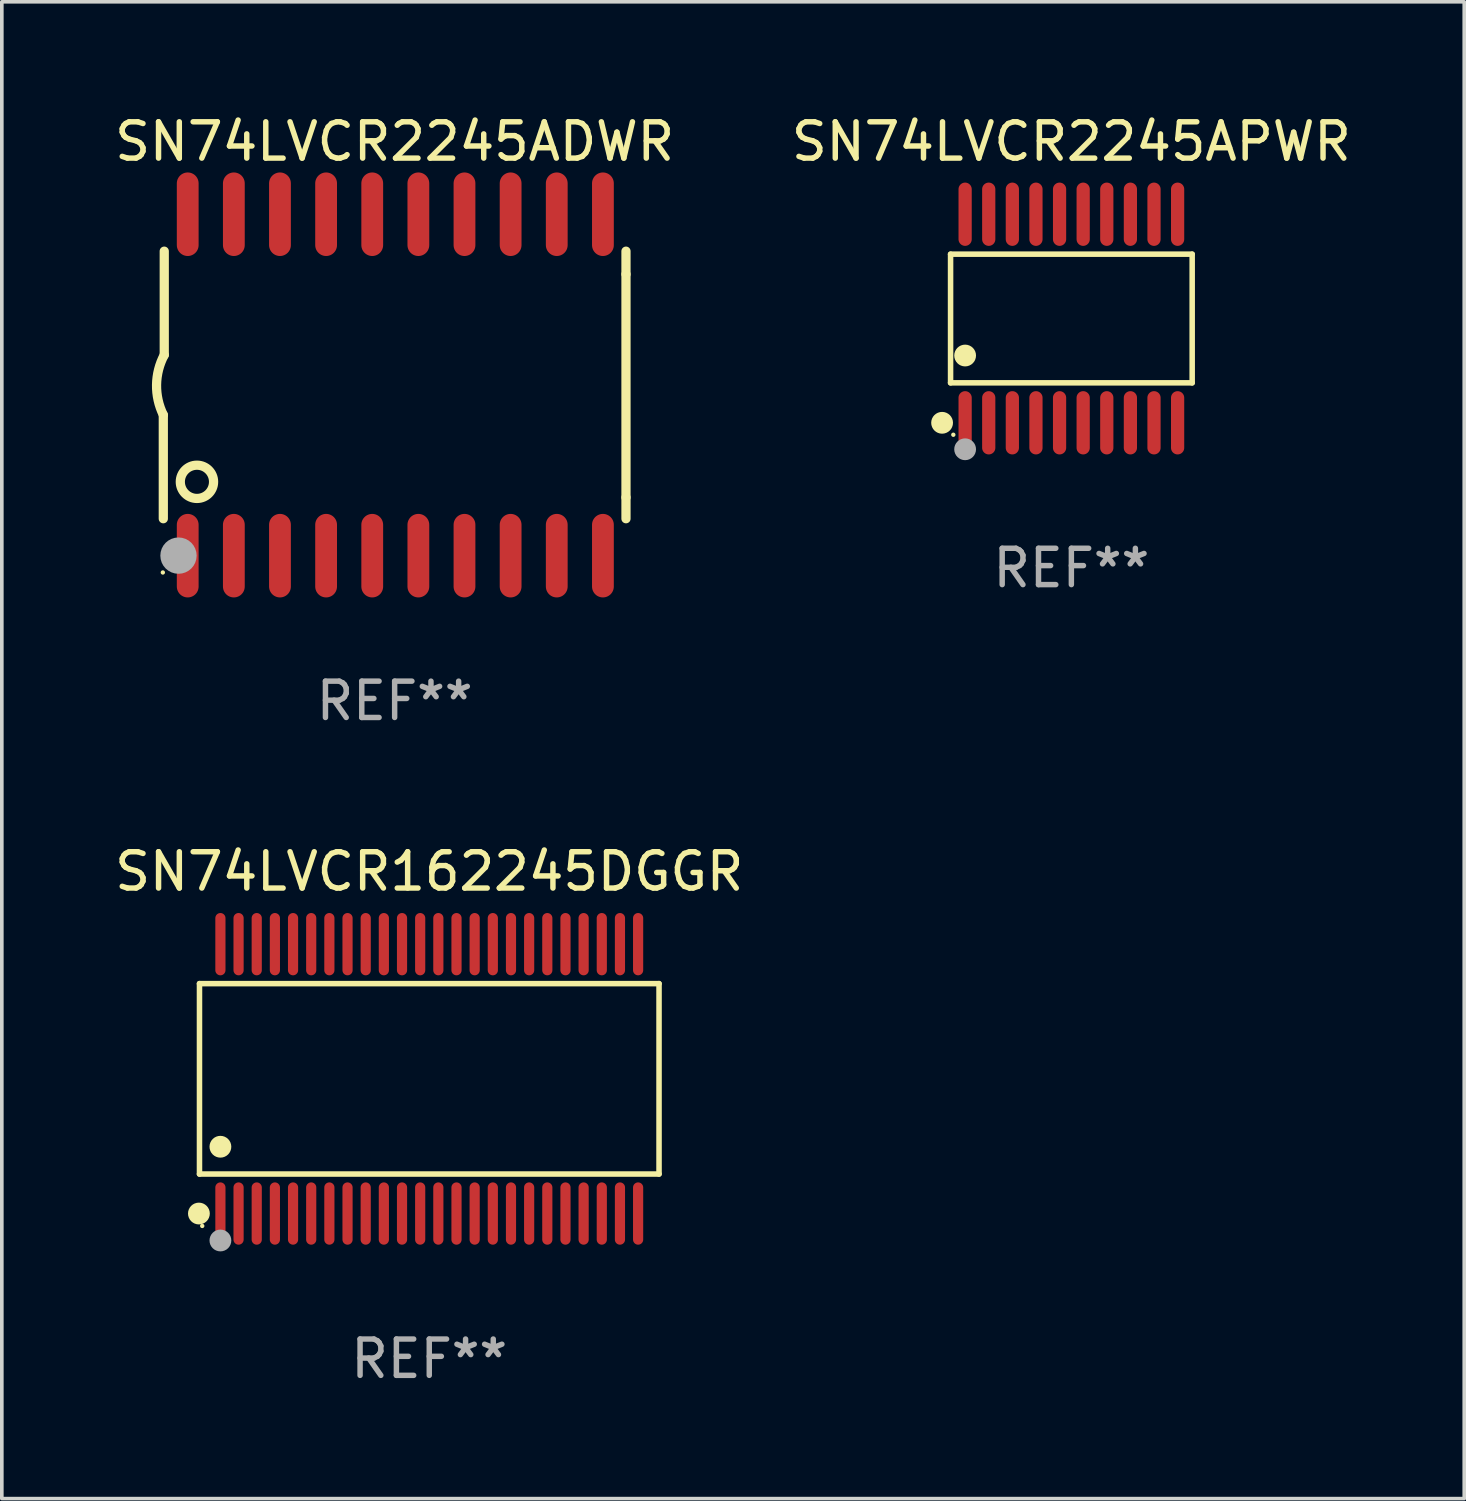
<source format=kicad_pcb>
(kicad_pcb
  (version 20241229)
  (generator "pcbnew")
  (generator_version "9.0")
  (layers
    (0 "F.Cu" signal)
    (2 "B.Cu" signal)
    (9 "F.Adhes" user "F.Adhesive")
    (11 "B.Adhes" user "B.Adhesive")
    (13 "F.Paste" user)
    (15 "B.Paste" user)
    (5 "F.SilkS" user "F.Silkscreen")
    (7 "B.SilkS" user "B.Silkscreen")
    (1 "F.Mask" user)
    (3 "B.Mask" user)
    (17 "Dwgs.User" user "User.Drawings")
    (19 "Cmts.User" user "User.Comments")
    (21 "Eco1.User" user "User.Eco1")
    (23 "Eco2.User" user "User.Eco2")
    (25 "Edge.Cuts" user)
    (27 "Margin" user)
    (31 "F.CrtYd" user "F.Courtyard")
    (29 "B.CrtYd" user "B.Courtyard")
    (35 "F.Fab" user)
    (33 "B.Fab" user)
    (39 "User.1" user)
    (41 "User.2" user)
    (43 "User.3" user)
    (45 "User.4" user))
  (footprint "SN74LVCR162245DGGR"
    (layer "F.Cu")
    (at 8.768 26.652)
    (property "Reference" "SN74LVCR162245DGGR" (at 0 -5.708 0) (layer "F.SilkS") (effects (font (size 1 1) (thickness 0.15))))
    (attr through_hole)
    (fp_line (start -6.326 -2.622) (end 6.326 -2.622) (stroke (width 0.152) (type solid)) (layer "F.SilkS"))
    (fp_line (start -6.326 2.621) (end -6.326 -2.622) (stroke (width 0.152) (type solid)) (layer "F.SilkS"))
    (fp_line (start 6.326 -2.622) (end 6.326 2.621) (stroke (width 0.152) (type solid)) (layer "F.SilkS"))
    (fp_line (start 6.326 2.621) (end -6.326 2.621) (stroke (width 0.152) (type solid)) (layer "F.SilkS"))
    (fp_circle (center -6.342 3.708) (end -6.192 3.708) (stroke (width 0.3) (type solid)) (fill no) (layer "F.SilkS"))
    (fp_circle (center -6.25 4.05) (end -6.22 4.05) (stroke (width 0.06) (type solid)) (fill no) (layer "F.SilkS"))
    (fp_circle (center -5.75 1.869) (end -5.6 1.869) (stroke (width 0.3) (type solid)) (fill no) (layer "F.SilkS"))
    (fp_circle (center -5.75 4.45) (end -5.6 4.45) (stroke (width 0.3) (type solid)) (fill no) (layer "F.Fab"))
    (fp_text user "REF**" (at 0 7.708 0) (layer "F.Fab") (effects (font (size 1 1) (thickness 0.15))))
    (pad "1" smd oval (at -5.75 3.708) (size 0.28 1.715) (layers "F.Cu" "F.Mask" "F.Paste"))
    (pad "2" smd oval (at -5.25 3.708) (size 0.28 1.715) (layers "F.Cu" "F.Mask" "F.Paste"))
    (pad "3" smd oval (at -4.75 3.708) (size 0.28 1.715) (layers "F.Cu" "F.Mask" "F.Paste"))
    (pad "4" smd oval (at -4.25 3.708) (size 0.28 1.715) (layers "F.Cu" "F.Mask" "F.Paste"))
    (pad "5" smd oval (at -3.75 3.708) (size 0.28 1.715) (layers "F.Cu" "F.Mask" "F.Paste"))
    (pad "6" smd oval (at -3.25 3.708) (size 0.28 1.715) (layers "F.Cu" "F.Mask" "F.Paste"))
    (pad "7" smd oval (at -2.75 3.708) (size 0.28 1.715) (layers "F.Cu" "F.Mask" "F.Paste"))
    (pad "8" smd oval (at -2.25 3.708) (size 0.28 1.715) (layers "F.Cu" "F.Mask" "F.Paste"))
    (pad "9" smd oval (at -1.75 3.708) (size 0.28 1.715) (layers "F.Cu" "F.Mask" "F.Paste"))
    (pad "10" smd oval (at -1.25 3.708) (size 0.28 1.715) (layers "F.Cu" "F.Mask" "F.Paste"))
    (pad "11" smd oval (at -0.75 3.708) (size 0.28 1.715) (layers "F.Cu" "F.Mask" "F.Paste"))
    (pad "12" smd oval (at -0.25 3.708) (size 0.28 1.715) (layers "F.Cu" "F.Mask" "F.Paste"))
    (pad "13" smd oval (at 0.25 3.708) (size 0.28 1.715) (layers "F.Cu" "F.Mask" "F.Paste"))
    (pad "14" smd oval (at 0.75 3.708) (size 0.28 1.715) (layers "F.Cu" "F.Mask" "F.Paste"))
    (pad "15" smd oval (at 1.25 3.708) (size 0.28 1.715) (layers "F.Cu" "F.Mask" "F.Paste"))
    (pad "16" smd oval (at 1.75 3.708) (size 0.28 1.715) (layers "F.Cu" "F.Mask" "F.Paste"))
    (pad "17" smd oval (at 2.25 3.708) (size 0.28 1.715) (layers "F.Cu" "F.Mask" "F.Paste"))
    (pad "18" smd oval (at 2.75 3.708) (size 0.28 1.715) (layers "F.Cu" "F.Mask" "F.Paste"))
    (pad "19" smd oval (at 3.25 3.708) (size 0.28 1.715) (layers "F.Cu" "F.Mask" "F.Paste"))
    (pad "20" smd oval (at 3.75 3.708) (size 0.28 1.715) (layers "F.Cu" "F.Mask" "F.Paste"))
    (pad "21" smd oval (at 4.25 3.708) (size 0.28 1.715) (layers "F.Cu" "F.Mask" "F.Paste"))
    (pad "22" smd oval (at 4.75 3.708) (size 0.28 1.715) (layers "F.Cu" "F.Mask" "F.Paste"))
    (pad "23" smd oval (at 5.25 3.708) (size 0.28 1.715) (layers "F.Cu" "F.Mask" "F.Paste"))
    (pad "24" smd oval (at 5.75 3.708) (size 0.28 1.715) (layers "F.Cu" "F.Mask" "F.Paste"))
    (pad "25" smd oval (at 5.75 -3.708) (size 0.28 1.715) (layers "F.Cu" "F.Mask" "F.Paste"))
    (pad "26" smd oval (at 5.25 -3.708) (size 0.28 1.715) (layers "F.Cu" "F.Mask" "F.Paste"))
    (pad "27" smd oval (at 4.75 -3.708) (size 0.28 1.715) (layers "F.Cu" "F.Mask" "F.Paste"))
    (pad "28" smd oval (at 4.25 -3.708) (size 0.28 1.715) (layers "F.Cu" "F.Mask" "F.Paste"))
    (pad "29" smd oval (at 3.75 -3.708) (size 0.28 1.715) (layers "F.Cu" "F.Mask" "F.Paste"))
    (pad "30" smd oval (at 3.25 -3.708) (size 0.28 1.715) (layers "F.Cu" "F.Mask" "F.Paste"))
    (pad "31" smd oval (at 2.75 -3.708) (size 0.28 1.715) (layers "F.Cu" "F.Mask" "F.Paste"))
    (pad "32" smd oval (at 2.25 -3.708) (size 0.28 1.715) (layers "F.Cu" "F.Mask" "F.Paste"))
    (pad "33" smd oval (at 1.75 -3.708) (size 0.28 1.715) (layers "F.Cu" "F.Mask" "F.Paste"))
    (pad "34" smd oval (at 1.25 -3.708) (size 0.28 1.715) (layers "F.Cu" "F.Mask" "F.Paste"))
    (pad "35" smd oval (at 0.75 -3.708) (size 0.28 1.715) (layers "F.Cu" "F.Mask" "F.Paste"))
    (pad "36" smd oval (at 0.25 -3.708) (size 0.28 1.715) (layers "F.Cu" "F.Mask" "F.Paste"))
    (pad "37" smd oval (at -0.25 -3.708) (size 0.28 1.715) (layers "F.Cu" "F.Mask" "F.Paste"))
    (pad "38" smd oval (at -0.75 -3.708) (size 0.28 1.715) (layers "F.Cu" "F.Mask" "F.Paste"))
    (pad "39" smd oval (at -1.25 -3.708) (size 0.28 1.715) (layers "F.Cu" "F.Mask" "F.Paste"))
    (pad "40" smd oval (at -1.75 -3.708) (size 0.28 1.715) (layers "F.Cu" "F.Mask" "F.Paste"))
    (pad "41" smd oval (at -2.25 -3.708) (size 0.28 1.715) (layers "F.Cu" "F.Mask" "F.Paste"))
    (pad "42" smd oval (at -2.75 -3.708) (size 0.28 1.715) (layers "F.Cu" "F.Mask" "F.Paste"))
    (pad "43" smd oval (at -3.25 -3.708) (size 0.28 1.715) (layers "F.Cu" "F.Mask" "F.Paste"))
    (pad "44" smd oval (at -3.75 -3.708) (size 0.28 1.715) (layers "F.Cu" "F.Mask" "F.Paste"))
    (pad "45" smd oval (at -4.25 -3.708) (size 0.28 1.715) (layers "F.Cu" "F.Mask" "F.Paste"))
    (pad "46" smd oval (at -4.75 -3.708) (size 0.28 1.715) (layers "F.Cu" "F.Mask" "F.Paste"))
    (pad "47" smd oval (at -5.25 -3.708) (size 0.28 1.715) (layers "F.Cu" "F.Mask" "F.Paste"))
    (pad "48" smd oval (at -5.75 -3.708) (size 0.28 1.715) (layers "F.Cu" "F.Mask" "F.Paste")))
  (footprint "SN74LVCR2245ADWR"
    (layer "F.Cu")
    (at 7.815 7.548)
    (property "Reference" "SN74LVCR2245ADWR" (at 0 -6.7 0) (layer "F.SilkS") (effects (font (size 1 1) (thickness 0.15))))
    (attr through_hole)
    (fp_line (start -6.369 0.826) (end -6.369 3.683) (stroke (width 0.254) (type solid)) (layer "F.SilkS"))
    (fp_line (start -6.343 -0.825) (end -6.343 -3.683) (stroke (width 0.254) (type solid)) (layer "F.SilkS"))
    (fp_line (start 6.369 -3.048) (end 6.369 -3.683) (stroke (width 0.254) (type solid)) (layer "F.SilkS"))
    (fp_line (start 6.369 -3.048) (end 6.369 3.096) (stroke (width 0.254) (type solid)) (layer "F.SilkS"))
    (fp_line (start 6.369 3.096) (end 6.369 3.683) (stroke (width 0.254) (type solid)) (layer "F.SilkS"))
    (fp_arc (start -6.36853 0.825552) (mid -6.554743 -0.00301) (end -6.343129 -0.825451) (stroke (width 0.254001) (type solid)) (layer "F.SilkS"))
    (fp_circle (center -6.382 5.163) (end -6.352 5.163) (stroke (width 0.06) (type solid)) (fill no) (layer "F.SilkS"))
    (fp_circle (center -5.443 2.667) (end -4.985 2.667) (stroke (width 0.254) (type solid)) (fill no) (layer "F.SilkS"))
    (fp_circle (center -5.951 4.699) (end -5.701 4.699) (stroke (width 0.5) (type solid)) (fill no) (layer "F.Fab"))
    (fp_text user "REF**" (at 0 8.7 0) (layer "F.Fab") (effects (font (size 1 1) (thickness 0.15))))
    (pad "1" smd oval (at -5.697 4.7 180) (size 0.6 2.3) (layers "F.Cu" "F.Mask" "F.Paste"))
    (pad "2" smd oval (at -4.427 4.7 180) (size 0.6 2.3) (layers "F.Cu" "F.Mask" "F.Paste"))
    (pad "3" smd oval (at -3.157 4.7 180) (size 0.6 2.3) (layers "F.Cu" "F.Mask" "F.Paste"))
    (pad "4" smd oval (at -1.887 4.7 180) (size 0.6 2.3) (layers "F.Cu" "F.Mask" "F.Paste"))
    (pad "5" smd oval (at -0.617 4.7 180) (size 0.6 2.3) (layers "F.Cu" "F.Mask" "F.Paste"))
    (pad "6" smd oval (at 0.653 4.7 180) (size 0.6 2.3) (layers "F.Cu" "F.Mask" "F.Paste"))
    (pad "7" smd oval (at 1.923 4.7 180) (size 0.6 2.3) (layers "F.Cu" "F.Mask" "F.Paste"))
    (pad "8" smd oval (at 3.193 4.7 180) (size 0.6 2.3) (layers "F.Cu" "F.Mask" "F.Paste"))
    (pad "9" smd oval (at 4.463 4.7 180) (size 0.6 2.3) (layers "F.Cu" "F.Mask" "F.Paste"))
    (pad "10" smd oval (at 5.734 4.7 180) (size 0.6 2.3) (layers "F.Cu" "F.Mask" "F.Paste"))
    (pad "11" smd oval (at 5.734 -4.7 180) (size 0.6 2.3) (layers "F.Cu" "F.Mask" "F.Paste"))
    (pad "12" smd oval (at 4.463 -4.7 180) (size 0.6 2.3) (layers "F.Cu" "F.Mask" "F.Paste"))
    (pad "13" smd oval (at 3.193 -4.7 180) (size 0.6 2.3) (layers "F.Cu" "F.Mask" "F.Paste"))
    (pad "14" smd oval (at 1.923 -4.7 180) (size 0.6 2.3) (layers "F.Cu" "F.Mask" "F.Paste"))
    (pad "15" smd oval (at 0.653 -4.7 180) (size 0.6 2.3) (layers "F.Cu" "F.Mask" "F.Paste"))
    (pad "16" smd oval (at -0.617 -4.7 180) (size 0.6 2.3) (layers "F.Cu" "F.Mask" "F.Paste"))
    (pad "17" smd oval (at -1.887 -4.7 180) (size 0.6 2.3) (layers "F.Cu" "F.Mask" "F.Paste"))
    (pad "18" smd oval (at -3.157 -4.7 180) (size 0.6 2.3) (layers "F.Cu" "F.Mask" "F.Paste"))
    (pad "19" smd oval (at -4.427 -4.7 180) (size 0.6 2.3) (layers "F.Cu" "F.Mask" "F.Paste"))
    (pad "20" smd oval (at -5.697 -4.7 180) (size 0.6 2.3) (layers "F.Cu" "F.Mask" "F.Paste")))
  (footprint "SN74LVCR2245APWR"
    (layer "F.Cu")
    (at 26.446 5.719)
    (property "Reference" "SN74LVCR2245APWR" (at 0 -4.871 0) (layer "F.SilkS") (effects (font (size 1 1) (thickness 0.15))))
    (attr through_hole)
    (fp_line (start -3.326 -1.771) (end 3.326 -1.771) (stroke (width 0.152) (type solid)) (layer "F.SilkS"))
    (fp_line (start -3.326 1.771) (end -3.326 -1.771) (stroke (width 0.152) (type solid)) (layer "F.SilkS"))
    (fp_line (start 3.326 -1.771) (end 3.326 1.771) (stroke (width 0.152) (type solid)) (layer "F.SilkS"))
    (fp_line (start 3.326 1.771) (end -3.326 1.771) (stroke (width 0.152) (type solid)) (layer "F.SilkS"))
    (fp_circle (center -3.559 2.871) (end -3.409 2.871) (stroke (width 0.3) (type solid)) (fill no) (layer "F.SilkS"))
    (fp_circle (center -3.25 3.2) (end -3.22 3.2) (stroke (width 0.06) (type solid)) (fill no) (layer "F.SilkS"))
    (fp_circle (center -2.925 1.019) (end -2.775 1.019) (stroke (width 0.3) (type solid)) (fill no) (layer "F.SilkS"))
    (fp_circle (center -2.925 3.6) (end -2.775 3.6) (stroke (width 0.3) (type solid)) (fill no) (layer "F.Fab"))
    (fp_text user "REF**" (at 0 6.871 0) (layer "F.Fab") (effects (font (size 1 1) (thickness 0.15))))
    (pad "1" smd oval (at -2.925 2.871) (size 0.364 1.742) (layers "F.Cu" "F.Mask" "F.Paste"))
    (pad "2" smd oval (at -2.275 2.871) (size 0.364 1.742) (layers "F.Cu" "F.Mask" "F.Paste"))
    (pad "3" smd oval (at -1.625 2.871) (size 0.364 1.742) (layers "F.Cu" "F.Mask" "F.Paste"))
    (pad "4" smd oval (at -0.975 2.871) (size 0.364 1.742) (layers "F.Cu" "F.Mask" "F.Paste"))
    (pad "5" smd oval (at -0.325 2.871) (size 0.364 1.742) (layers "F.Cu" "F.Mask" "F.Paste"))
    (pad "6" smd oval (at 0.325 2.871) (size 0.364 1.742) (layers "F.Cu" "F.Mask" "F.Paste"))
    (pad "7" smd oval (at 0.975 2.871) (size 0.364 1.742) (layers "F.Cu" "F.Mask" "F.Paste"))
    (pad "8" smd oval (at 1.625 2.871) (size 0.364 1.742) (layers "F.Cu" "F.Mask" "F.Paste"))
    (pad "9" smd oval (at 2.275 2.871) (size 0.364 1.742) (layers "F.Cu" "F.Mask" "F.Paste"))
    (pad "10" smd oval (at 2.925 2.871) (size 0.364 1.742) (layers "F.Cu" "F.Mask" "F.Paste"))
    (pad "11" smd oval (at 2.925 -2.871) (size 0.364 1.742) (layers "F.Cu" "F.Mask" "F.Paste"))
    (pad "12" smd oval (at 2.275 -2.871) (size 0.364 1.742) (layers "F.Cu" "F.Mask" "F.Paste"))
    (pad "13" smd oval (at 1.625 -2.871) (size 0.364 1.742) (layers "F.Cu" "F.Mask" "F.Paste"))
    (pad "14" smd oval (at 0.975 -2.871) (size 0.364 1.742) (layers "F.Cu" "F.Mask" "F.Paste"))
    (pad "15" smd oval (at 0.325 -2.871) (size 0.364 1.742) (layers "F.Cu" "F.Mask" "F.Paste"))
    (pad "16" smd oval (at -0.325 -2.871) (size 0.364 1.742) (layers "F.Cu" "F.Mask" "F.Paste"))
    (pad "17" smd oval (at -0.975 -2.871) (size 0.364 1.742) (layers "F.Cu" "F.Mask" "F.Paste"))
    (pad "18" smd oval (at -1.625 -2.871) (size 0.364 1.742) (layers "F.Cu" "F.Mask" "F.Paste"))
    (pad "19" smd oval (at -2.275 -2.871) (size 0.364 1.742) (layers "F.Cu" "F.Mask" "F.Paste"))
    (pad "20" smd oval (at -2.925 -2.871) (size 0.364 1.742) (layers "F.Cu" "F.Mask" "F.Paste")))
  (gr_rect
    (start -3 -3)
    (end 37.262 38.208)
    (stroke (width 0.1) (type default))
    (fill no)
    (layer "Edge.Cuts")))
</source>
